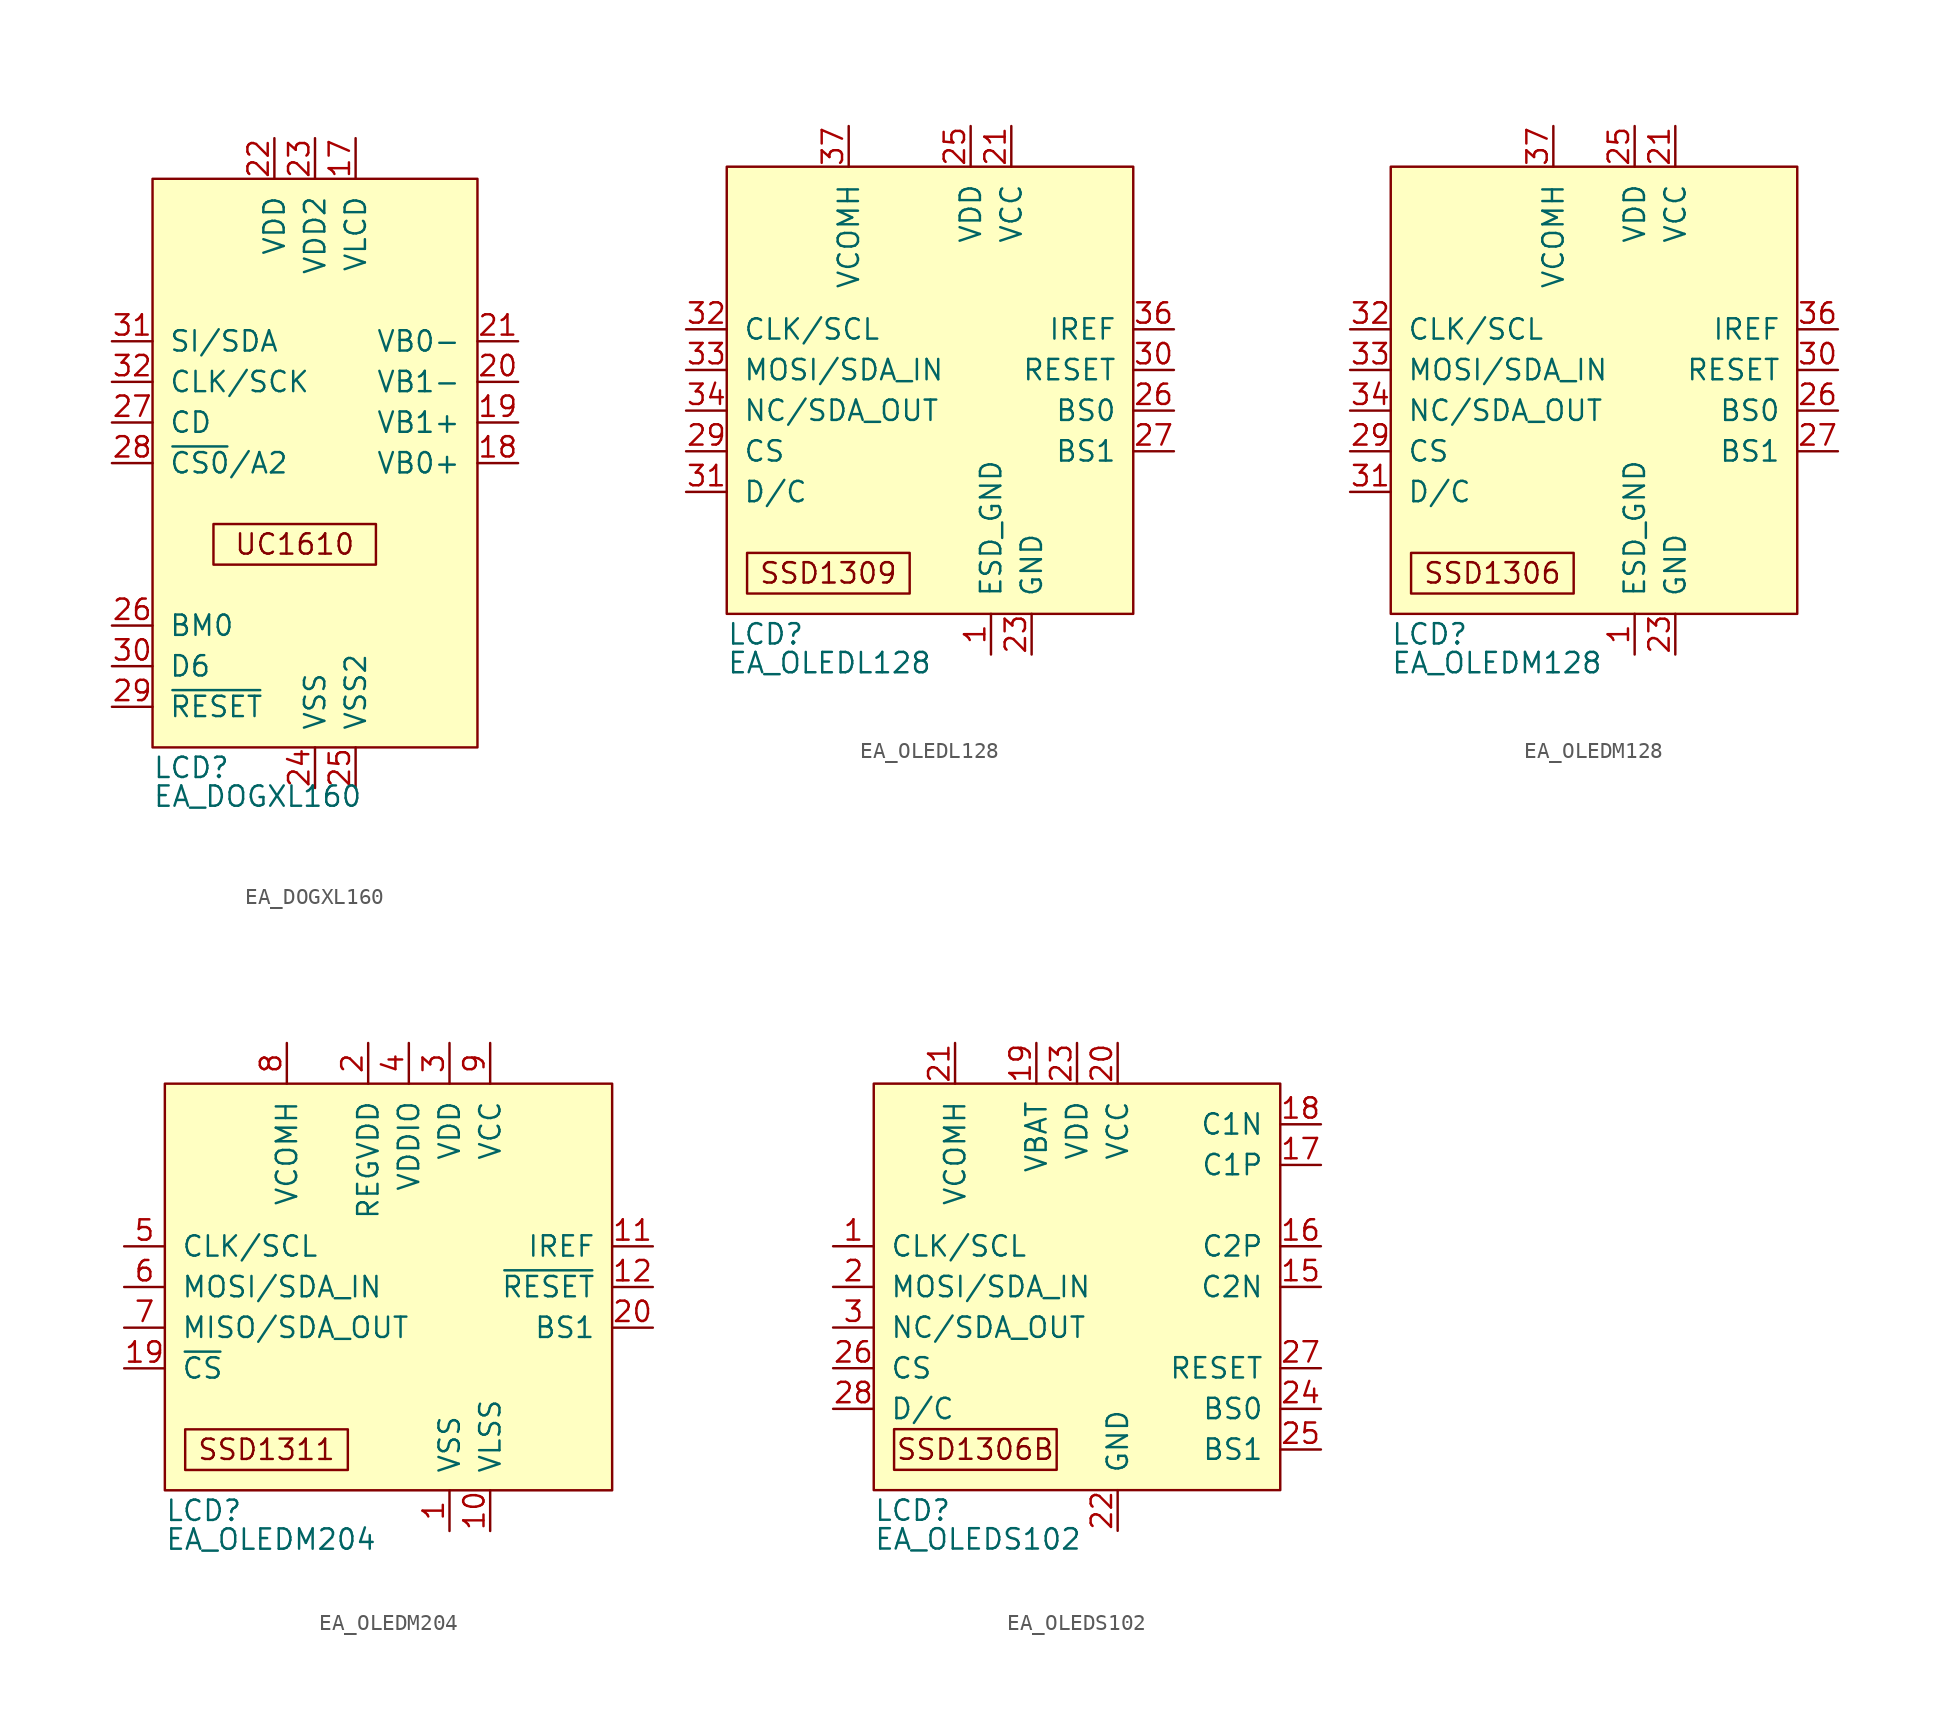
<source format=kicad_sym>
(kicad_symbol_lib
  (version 20211014)
  (generator kicad_symbol_editor)
  (symbol "EA_DOGXL160"
    (pin_names
      (offset 1.016))
    (property "Reference" "LCD"
      (at -10.16 -19.05 0)
      (effects (font (size 1.27 1.27)) (justify left)))
    (property "Value" "EA_DOGXL160"
      (at -10.16 -21.59 0)
      (effects (font (size 1.27 1.27)) (justify left bottom)))
    (symbol "EA_DOGXL160_0_0"
      (rectangle (start -6.35 -3.81) (end 3.81 -6.35) (stroke (width 0) (type default) (color 0 0 0 0)) (fill (type none)))
      (text "UC1610" (at -1.27 -5.08 0) (effects (font (size 1.27 1.27))))
      (pin no_connect line (at -3.81 1.27 180) (length 2.54) hide (name "~" (effects (font (size 1.27 1.27)))) (number "1" (effects (font (size 1.27 1.27)))))
      (pin no_connect line (at -3.81 -8.89 180) (length 2.54) hide (name "~" (effects (font (size 1.27 1.27)))) (number "15" (effects (font (size 1.27 1.27)))))
      (pin no_connect line (at -3.81 -11.43 180) (length 2.54) hide (name "~" (effects (font (size 1.27 1.27)))) (number "16" (effects (font (size 1.27 1.27)))))
      (pin power_in line (at 2.54 20.32 270) (length 2.54) (name "VLCD" (effects (font (size 1.27 1.27)))) (number "17" (effects (font (size 1.27 1.27)))))
      (pin passive line (at 12.7 0 180) (length 2.54) (name "VB0+" (effects (font (size 1.27 1.27)))) (number "18" (effects (font (size 1.27 1.27)))))
      (pin passive line (at 12.7 2.54 180) (length 2.54) (name "VB1+" (effects (font (size 1.27 1.27)))) (number "19" (effects (font (size 1.27 1.27)))))
      (pin no_connect line (at -3.81 -1.27 180) (length 2.54) hide (name "~" (effects (font (size 1.27 1.27)))) (number "2" (effects (font (size 1.27 1.27)))))
      (pin passive line (at 12.7 5.08 180) (length 2.54) (name "VB1-" (effects (font (size 1.27 1.27)))) (number "20" (effects (font (size 1.27 1.27)))))
      (pin passive line (at 12.7 7.62 180) (length 2.54) (name "VB0-" (effects (font (size 1.27 1.27)))) (number "21" (effects (font (size 1.27 1.27)))))
      (pin power_in line (at -2.54 20.32 270) (length 2.54) (name "VDD" (effects (font (size 1.27 1.27)))) (number "22" (effects (font (size 1.27 1.27)))))
      (pin power_in line (at 0 20.32 270) (length 2.54) (name "VDD2" (effects (font (size 1.27 1.27)))) (number "23" (effects (font (size 1.27 1.27)))))
      (pin power_in line (at 0 -20.32 90) (length 2.54) (name "VSS" (effects (font (size 1.27 1.27)))) (number "24" (effects (font (size 1.27 1.27)))))
      (pin power_in line (at 2.54 -20.32 90) (length 2.54) (name "VSS2" (effects (font (size 1.27 1.27)))) (number "25" (effects (font (size 1.27 1.27)))))
      (pin input line (at -12.7 -10.16 0) (length 2.54) (name "BM0" (effects (font (size 1.27 1.27)))) (number "26" (effects (font (size 1.27 1.27)))))
      (pin input line (at -12.7 2.54 0) (length 2.54) (name "CD" (effects (font (size 1.27 1.27)))) (number "27" (effects (font (size 1.27 1.27)))))
      (pin power_in line (at -12.7 0 0) (length 2.54) (name "~{CS0}/A2" (effects (font (size 1.27 1.27)))) (number "28" (effects (font (size 1.27 1.27)))))
      (pin input line (at -12.7 -15.24 0) (length 2.54) (name "~{RESET}" (effects (font (size 1.27 1.27)))) (number "29" (effects (font (size 1.27 1.27)))))
      (pin input line (at -12.7 -12.7 0) (length 2.54) (name "D6" (effects (font (size 1.27 1.27)))) (number "30" (effects (font (size 1.27 1.27)))))
      (pin input line (at -12.7 7.62 0) (length 2.54) (name "SI/SDA" (effects (font (size 1.27 1.27)))) (number "31" (effects (font (size 1.27 1.27)))))
      (pin input line (at -12.7 5.08 0) (length 2.54) (name "CLK/SCK" (effects (font (size 1.27 1.27)))) (number "32" (effects (font (size 1.27 1.27))))))
    (symbol "EA_DOGXL160_0_1"
      (rectangle (start -10.16 17.78) (end 10.16 -17.78) (stroke (width 0) (type default) (color 0 0 0 0)) (fill (type background))))
    (symbol "EA_DOGXL160_1_1"
      (pin no_connect line (at -3.81 -6.35 180) (length 2.54) hide (name "~" (effects (font (size 1.27 1.27)))) (number "14" (effects (font (size 1.27 1.27)))))
      (pin no_connect line (at -3.81 -3.81 180) (length 2.54) hide (name "~" (effects (font (size 1.27 1.27)))) (number "3" (effects (font (size 1.27 1.27)))))))
  (symbol "EA_OLEDL128"
    (pin_names
      (offset 1.016))
    (property "Reference" "LCD"
      (at -12.7 -16.51 0)
      (effects (font (size 1.27 1.27)) (justify left)))
    (property "Value" "EA_OLEDL128"
      (at -12.7 -19.05 0)
      (effects (font (size 1.27 1.27)) (justify left bottom)))
    (symbol "EA_OLEDL128_0_0"
      (rectangle (start -11.43 -11.43) (end -1.27 -13.97) (stroke (width 0) (type default) (color 0 0 0 0)) (fill (type none)))
      (text "SSD1309" (at -6.35 -12.7 0) (effects (font (size 1.27 1.27))))
      (pin power_in line (at 3.81 -17.78 90) (length 2.54) (name "ESD_GND" (effects (font (size 1.27 1.27)))) (number "1" (effects (font (size 1.27 1.27)))))
      (pin no_connect line (at -3.81 -13.97 90) (length 2.54) hide (name "~" (effects (font (size 1.27 1.27)))) (number "18" (effects (font (size 1.27 1.27)))))
      (pin no_connect line (at -1.27 -13.97 90) (length 2.54) hide (name "~" (effects (font (size 1.27 1.27)))) (number "19" (effects (font (size 1.27 1.27)))))
      (pin no_connect line (at -8.89 -13.97 90) (length 2.54) hide (name "~" (effects (font (size 1.27 1.27)))) (number "2" (effects (font (size 1.27 1.27)))))
      (pin passive line (at 3.81 -17.78 90) (length 2.54) hide (name "ESD_GND" (effects (font (size 1.27 1.27)))) (number "20" (effects (font (size 1.27 1.27)))))
      (pin power_in line (at 5.08 15.24 270) (length 2.54) (name "VCC" (effects (font (size 1.27 1.27)))) (number "21" (effects (font (size 1.27 1.27)))))
      (pin passive line (at 5.08 15.24 270) (length 2.54) hide (name "VCC" (effects (font (size 1.27 1.27)))) (number "22" (effects (font (size 1.27 1.27)))))
      (pin power_in line (at 6.35 -17.78 90) (length 2.54) (name "GND" (effects (font (size 1.27 1.27)))) (number "23" (effects (font (size 1.27 1.27)))))
      (pin passive line (at 6.35 -17.78 90) (length 2.54) hide (name "GND" (effects (font (size 1.27 1.27)))) (number "24" (effects (font (size 1.27 1.27)))))
      (pin power_in line (at 2.54 15.24 270) (length 2.54) (name "VDD" (effects (font (size 1.27 1.27)))) (number "25" (effects (font (size 1.27 1.27)))))
      (pin input line (at 15.24 -2.54 180) (length 2.54) (name "BS0" (effects (font (size 1.27 1.27)))) (number "26" (effects (font (size 1.27 1.27)))))
      (pin input line (at 15.24 -5.08 180) (length 2.54) (name "BS1" (effects (font (size 1.27 1.27)))) (number "27" (effects (font (size 1.27 1.27)))))
      (pin passive line (at 6.35 -17.78 90) (length 2.54) hide (name "GND" (effects (font (size 1.27 1.27)))) (number "28" (effects (font (size 1.27 1.27)))))
      (pin input line (at -15.24 -5.08 0) (length 2.54) (name "CS" (effects (font (size 1.27 1.27)))) (number "29" (effects (font (size 1.27 1.27)))))
      (pin no_connect line (at -6.35 -13.97 90) (length 2.54) hide (name "~" (effects (font (size 1.27 1.27)))) (number "3" (effects (font (size 1.27 1.27)))))
      (pin input line (at 15.24 0 180) (length 2.54) (name "RESET" (effects (font (size 1.27 1.27)))) (number "30" (effects (font (size 1.27 1.27)))))
      (pin input line (at -15.24 -7.62 0) (length 2.54) (name "D/C" (effects (font (size 1.27 1.27)))) (number "31" (effects (font (size 1.27 1.27)))))
      (pin bidirectional line (at -15.24 2.54 0) (length 2.54) (name "CLK/SCL" (effects (font (size 1.27 1.27)))) (number "32" (effects (font (size 1.27 1.27)))))
      (pin bidirectional line (at -15.24 0 0) (length 2.54) (name "MOSI/SDA_IN" (effects (font (size 1.27 1.27)))) (number "33" (effects (font (size 1.27 1.27)))))
      (pin output line (at -15.24 -2.54 0) (length 2.54) (name "NC/SDA_OUT" (effects (font (size 1.27 1.27)))) (number "34" (effects (font (size 1.27 1.27)))))
      (pin passive line (at 6.35 -17.78 90) (length 2.54) hide (name "GND" (effects (font (size 1.27 1.27)))) (number "35" (effects (font (size 1.27 1.27)))))
      (pin input line (at 15.24 2.54 180) (length 2.54) (name "IREF" (effects (font (size 1.27 1.27)))) (number "36" (effects (font (size 1.27 1.27)))))
      (pin power_in line (at -5.08 15.24 270) (length 2.54) (name "VCOMH" (effects (font (size 1.27 1.27)))) (number "37" (effects (font (size 1.27 1.27)))))
      (pin passive line (at -5.08 15.24 270) (length 2.54) hide (name "VCOMH" (effects (font (size 1.27 1.27)))) (number "38" (effects (font (size 1.27 1.27)))))
      (pin passive line (at 5.08 15.24 270) (length 2.54) hide (name "VCC" (effects (font (size 1.27 1.27)))) (number "39" (effects (font (size 1.27 1.27)))))
      (pin passive line (at 5.08 15.24 270) (length 2.54) hide (name "VCC" (effects (font (size 1.27 1.27)))) (number "40" (effects (font (size 1.27 1.27))))))
    (symbol "EA_OLEDL128_0_1"
      (rectangle (start -12.7 12.7) (end 12.7 -15.24) (stroke (width 0) (type default) (color 0 0 0 0)) (fill (type background)))))
  (symbol "EA_OLEDM128"
    (pin_names
      (offset 1.016))
    (property "Reference" "LCD"
      (at -12.7 -16.51 0)
      (effects (font (size 1.27 1.27)) (justify left)))
    (property "Value" "EA_OLEDM128"
      (at -12.7 -19.05 0)
      (effects (font (size 1.27 1.27)) (justify left bottom)))
    (symbol "EA_OLEDM128_0_0"
      (pin power_in line (at 2.54 -17.78 90) (length 2.54) (name "ESD_GND" (effects (font (size 1.27 1.27)))) (number "1" (effects (font (size 1.27 1.27)))))
      (pin no_connect line (at -2.54 -13.97 90) (length 2.54) hide (name "~" (effects (font (size 1.27 1.27)))) (number "18" (effects (font (size 1.27 1.27)))))
      (pin no_connect line (at 0 -13.97 90) (length 2.54) hide (name "~" (effects (font (size 1.27 1.27)))) (number "19" (effects (font (size 1.27 1.27)))))
      (pin no_connect line (at -7.62 -13.97 90) (length 2.54) hide (name "~" (effects (font (size 1.27 1.27)))) (number "2" (effects (font (size 1.27 1.27)))))
      (pin passive line (at 2.54 -17.78 90) (length 2.54) hide (name "ESD_GND" (effects (font (size 1.27 1.27)))) (number "20" (effects (font (size 1.27 1.27)))))
      (pin power_in line (at 5.08 15.24 270) (length 2.54) (name "VCC" (effects (font (size 1.27 1.27)))) (number "21" (effects (font (size 1.27 1.27)))))
      (pin passive line (at 5.08 15.24 270) (length 2.54) hide (name "VCC" (effects (font (size 1.27 1.27)))) (number "22" (effects (font (size 1.27 1.27)))))
      (pin power_in line (at 5.08 -17.78 90) (length 2.54) (name "GND" (effects (font (size 1.27 1.27)))) (number "23" (effects (font (size 1.27 1.27)))))
      (pin passive line (at 5.08 -17.78 90) (length 2.54) hide (name "GND" (effects (font (size 1.27 1.27)))) (number "24" (effects (font (size 1.27 1.27)))))
      (pin power_in line (at 2.54 15.24 270) (length 2.54) (name "VDD" (effects (font (size 1.27 1.27)))) (number "25" (effects (font (size 1.27 1.27)))))
      (pin input line (at 15.24 -2.54 180) (length 2.54) (name "BS0" (effects (font (size 1.27 1.27)))) (number "26" (effects (font (size 1.27 1.27)))))
      (pin input line (at 15.24 -5.08 180) (length 2.54) (name "BS1" (effects (font (size 1.27 1.27)))) (number "27" (effects (font (size 1.27 1.27)))))
      (pin passive line (at 5.08 -17.78 90) (length 2.54) hide (name "GND" (effects (font (size 1.27 1.27)))) (number "28" (effects (font (size 1.27 1.27)))))
      (pin input line (at -15.24 -5.08 0) (length 2.54) (name "CS" (effects (font (size 1.27 1.27)))) (number "29" (effects (font (size 1.27 1.27)))))
      (pin no_connect line (at -5.08 -13.97 90) (length 2.54) hide (name "~" (effects (font (size 1.27 1.27)))) (number "3" (effects (font (size 1.27 1.27)))))
      (pin input line (at 15.24 0 180) (length 2.54) (name "RESET" (effects (font (size 1.27 1.27)))) (number "30" (effects (font (size 1.27 1.27)))))
      (pin input line (at -15.24 -7.62 0) (length 2.54) (name "D/C" (effects (font (size 1.27 1.27)))) (number "31" (effects (font (size 1.27 1.27)))))
      (pin bidirectional line (at -15.24 2.54 0) (length 2.54) (name "CLK/SCL" (effects (font (size 1.27 1.27)))) (number "32" (effects (font (size 1.27 1.27)))))
      (pin bidirectional line (at -15.24 0 0) (length 2.54) (name "MOSI/SDA_IN" (effects (font (size 1.27 1.27)))) (number "33" (effects (font (size 1.27 1.27)))))
      (pin output line (at -15.24 -2.54 0) (length 2.54) (name "NC/SDA_OUT" (effects (font (size 1.27 1.27)))) (number "34" (effects (font (size 1.27 1.27)))))
      (pin passive line (at 5.08 -17.78 90) (length 2.54) hide (name "GND" (effects (font (size 1.27 1.27)))) (number "35" (effects (font (size 1.27 1.27)))))
      (pin input line (at 15.24 2.54 180) (length 2.54) (name "IREF" (effects (font (size 1.27 1.27)))) (number "36" (effects (font (size 1.27 1.27)))))
      (pin power_in line (at -2.54 15.24 270) (length 2.54) (name "VCOMH" (effects (font (size 1.27 1.27)))) (number "37" (effects (font (size 1.27 1.27)))))
      (pin passive line (at -2.54 15.24 270) (length 2.54) hide (name "VCOMH" (effects (font (size 1.27 1.27)))) (number "38" (effects (font (size 1.27 1.27)))))
      (pin passive line (at 5.08 15.24 270) (length 2.54) hide (name "VCC" (effects (font (size 1.27 1.27)))) (number "39" (effects (font (size 1.27 1.27)))))
      (pin passive line (at 5.08 15.24 270) (length 2.54) hide (name "VCC" (effects (font (size 1.27 1.27)))) (number "40" (effects (font (size 1.27 1.27))))))
    (symbol "EA_OLEDM128_0_1"
      (rectangle (start -12.7 12.7) (end 12.7 -15.24) (stroke (width 0) (type default) (color 0 0 0 0)) (fill (type background))))
    (symbol "EA_OLEDM128_1_1"
      (rectangle (start -11.43 -11.43) (end -1.27 -13.97) (stroke (width 0) (type default) (color 0 0 0 0)) (fill (type none)))
      (text "SSD1306" (at -6.35 -12.7 0) (effects (font (size 1.27 1.27))))))
  (symbol "EA_OLEDM204"
    (pin_names
      (offset 1.016))
    (property "Reference" "LCD"
      (at -15.24 -13.97 0)
      (effects (font (size 1.27 1.27)) (justify left)))
    (property "Value" "EA_OLEDM204"
      (at -15.24 -16.51 0)
      (effects (font (size 1.27 1.27)) (justify left bottom)))
    (symbol "EA_OLEDM204_0_0"
      (pin power_in line (at 2.54 -15.24 90) (length 2.54) (name "VSS" (effects (font (size 1.27 1.27)))) (number "1" (effects (font (size 1.27 1.27)))))
      (pin power_in line (at 5.08 -15.24 90) (length 2.54) (name "VLSS" (effects (font (size 1.27 1.27)))) (number "10" (effects (font (size 1.27 1.27)))))
      (pin input line (at 15.24 2.54 180) (length 2.54) (name "IREF" (effects (font (size 1.27 1.27)))) (number "11" (effects (font (size 1.27 1.27)))))
      (pin input line (at 15.24 0 180) (length 2.54) (name "~{RESET}" (effects (font (size 1.27 1.27)))) (number "12" (effects (font (size 1.27 1.27)))))
      (pin input line (at -17.78 -5.08 0) (length 2.54) (name "~{CS}" (effects (font (size 1.27 1.27)))) (number "19" (effects (font (size 1.27 1.27)))))
      (pin power_in line (at -2.54 15.24 270) (length 2.54) (name "REGVDD" (effects (font (size 1.27 1.27)))) (number "2" (effects (font (size 1.27 1.27)))))
      (pin input line (at 15.24 -2.54 180) (length 2.54) (name "BS1" (effects (font (size 1.27 1.27)))) (number "20" (effects (font (size 1.27 1.27)))))
      (pin power_in line (at 2.54 15.24 270) (length 2.54) (name "VDD" (effects (font (size 1.27 1.27)))) (number "3" (effects (font (size 1.27 1.27)))))
      (pin power_in line (at 0 15.24 270) (length 2.54) (name "VDDIO" (effects (font (size 1.27 1.27)))) (number "4" (effects (font (size 1.27 1.27)))))
      (pin bidirectional line (at -17.78 2.54 0) (length 2.54) (name "CLK/SCL" (effects (font (size 1.27 1.27)))) (number "5" (effects (font (size 1.27 1.27)))))
      (pin bidirectional line (at -17.78 0 0) (length 2.54) (name "MOSI/SDA_IN" (effects (font (size 1.27 1.27)))) (number "6" (effects (font (size 1.27 1.27)))))
      (pin output line (at -17.78 -2.54 0) (length 2.54) (name "MISO/SDA_OUT" (effects (font (size 1.27 1.27)))) (number "7" (effects (font (size 1.27 1.27)))))
      (pin power_in line (at -7.62 15.24 270) (length 2.54) (name "VCOMH" (effects (font (size 1.27 1.27)))) (number "8" (effects (font (size 1.27 1.27)))))
      (pin power_in line (at 5.08 15.24 270) (length 2.54) (name "VCC" (effects (font (size 1.27 1.27)))) (number "9" (effects (font (size 1.27 1.27))))))
    (symbol "EA_OLEDM204_0_1"
      (rectangle (start -15.24 12.7) (end 12.7 -12.7) (stroke (width 0) (type default) (color 0 0 0 0)) (fill (type background))))
    (symbol "EA_OLEDM204_1_1"
      (rectangle (start -13.97 -8.89) (end -3.81 -11.43) (stroke (width 0) (type default) (color 0 0 0 0)) (fill (type none)))
      (text "SSD1311" (at -8.89 -10.16 0) (effects (font (size 1.27 1.27))))))
  (symbol "EA_OLEDS102"
    (pin_names
      (offset 1.016))
    (property "Reference" "LCD"
      (at -12.7 -13.97 0)
      (effects (font (size 1.27 1.27)) (justify left)))
    (property "Value" "EA_OLEDS102"
      (at -12.7 -16.51 0)
      (effects (font (size 1.27 1.27)) (justify left bottom)))
    (symbol "EA_OLEDS102_0_0"
      (pin bidirectional line (at -15.24 2.54 0) (length 2.54) (name "CLK/SCL" (effects (font (size 1.27 1.27)))) (number "1" (effects (font (size 1.27 1.27)))))
      (pin no_connect line (at -6.35 -11.43 90) (length 2.54) hide (name "~" (effects (font (size 1.27 1.27)))) (number "12" (effects (font (size 1.27 1.27)))))
      (pin no_connect line (at -3.81 -11.43 90) (length 2.54) hide (name "~" (effects (font (size 1.27 1.27)))) (number "13" (effects (font (size 1.27 1.27)))))
      (pin no_connect line (at -1.27 -11.43 90) (length 2.54) hide (name "~" (effects (font (size 1.27 1.27)))) (number "14" (effects (font (size 1.27 1.27)))))
      (pin passive line (at 15.24 0 180) (length 2.54) (name "C2N" (effects (font (size 1.27 1.27)))) (number "15" (effects (font (size 1.27 1.27)))))
      (pin passive line (at 15.24 2.54 180) (length 2.54) (name "C2P" (effects (font (size 1.27 1.27)))) (number "16" (effects (font (size 1.27 1.27)))))
      (pin passive line (at 15.24 7.62 180) (length 2.54) (name "C1P" (effects (font (size 1.27 1.27)))) (number "17" (effects (font (size 1.27 1.27)))))
      (pin passive line (at 15.24 10.16 180) (length 2.54) (name "C1N" (effects (font (size 1.27 1.27)))) (number "18" (effects (font (size 1.27 1.27)))))
      (pin power_in line (at -2.54 15.24 270) (length 2.54) (name "VBAT" (effects (font (size 1.27 1.27)))) (number "19" (effects (font (size 1.27 1.27)))))
      (pin bidirectional line (at -15.24 0 0) (length 2.54) (name "MOSI/SDA_IN" (effects (font (size 1.27 1.27)))) (number "2" (effects (font (size 1.27 1.27)))))
      (pin power_in line (at 2.54 15.24 270) (length 2.54) (name "VCC" (effects (font (size 1.27 1.27)))) (number "20" (effects (font (size 1.27 1.27)))))
      (pin power_in line (at -7.62 15.24 270) (length 2.54) (name "VCOMH" (effects (font (size 1.27 1.27)))) (number "21" (effects (font (size 1.27 1.27)))))
      (pin power_in line (at 2.54 -15.24 90) (length 2.54) (name "GND" (effects (font (size 1.27 1.27)))) (number "22" (effects (font (size 1.27 1.27)))))
      (pin power_in line (at 0 15.24 270) (length 2.54) (name "VDD" (effects (font (size 1.27 1.27)))) (number "23" (effects (font (size 1.27 1.27)))))
      (pin input line (at 15.24 -7.62 180) (length 2.54) (name "BS0" (effects (font (size 1.27 1.27)))) (number "24" (effects (font (size 1.27 1.27)))))
      (pin input line (at 15.24 -10.16 180) (length 2.54) (name "BS1" (effects (font (size 1.27 1.27)))) (number "25" (effects (font (size 1.27 1.27)))))
      (pin input line (at -15.24 -5.08 0) (length 2.54) (name "CS" (effects (font (size 1.27 1.27)))) (number "26" (effects (font (size 1.27 1.27)))))
      (pin input line (at 15.24 -5.08 180) (length 2.54) (name "RESET" (effects (font (size 1.27 1.27)))) (number "27" (effects (font (size 1.27 1.27)))))
      (pin input line (at -15.24 -7.62 0) (length 2.54) (name "D/C" (effects (font (size 1.27 1.27)))) (number "28" (effects (font (size 1.27 1.27)))))
      (pin output line (at -15.24 -2.54 0) (length 2.54) (name "NC/SDA_OUT" (effects (font (size 1.27 1.27)))) (number "3" (effects (font (size 1.27 1.27))))))
    (symbol "EA_OLEDS102_0_1"
      (rectangle (start -12.7 12.7) (end 12.7 -12.7) (stroke (width 0) (type default) (color 0 0 0 0)) (fill (type background))))
    (symbol "EA_OLEDS102_1_1"
      (rectangle (start -11.43 -8.89) (end -1.27 -11.43) (stroke (width 0) (type default) (color 0 0 0 0)) (fill (type none)))
      (text "SSD1306B" (at -6.35 -10.16 0) (effects (font (size 1.27 1.27)))))))
</source>
